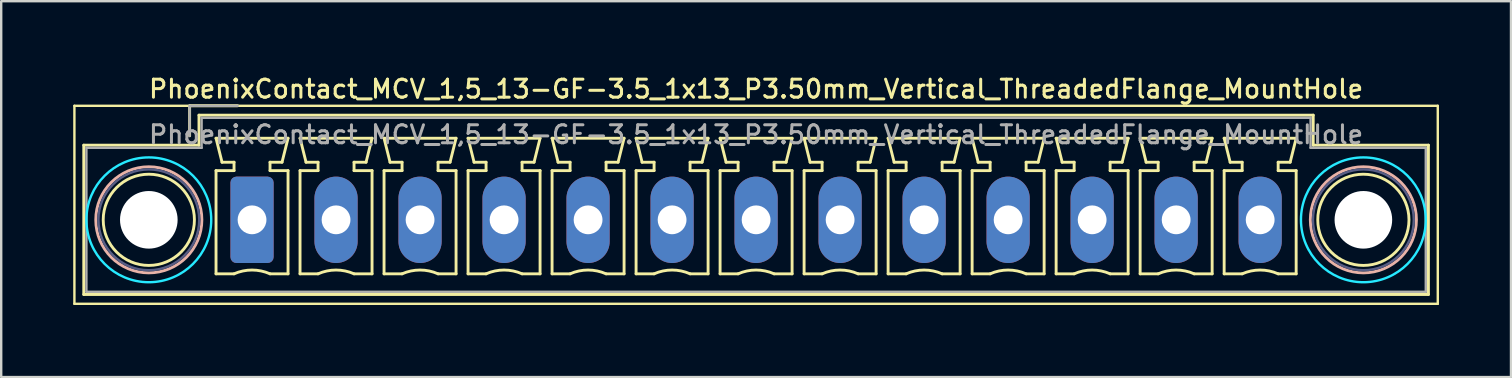
<source format=kicad_pcb>
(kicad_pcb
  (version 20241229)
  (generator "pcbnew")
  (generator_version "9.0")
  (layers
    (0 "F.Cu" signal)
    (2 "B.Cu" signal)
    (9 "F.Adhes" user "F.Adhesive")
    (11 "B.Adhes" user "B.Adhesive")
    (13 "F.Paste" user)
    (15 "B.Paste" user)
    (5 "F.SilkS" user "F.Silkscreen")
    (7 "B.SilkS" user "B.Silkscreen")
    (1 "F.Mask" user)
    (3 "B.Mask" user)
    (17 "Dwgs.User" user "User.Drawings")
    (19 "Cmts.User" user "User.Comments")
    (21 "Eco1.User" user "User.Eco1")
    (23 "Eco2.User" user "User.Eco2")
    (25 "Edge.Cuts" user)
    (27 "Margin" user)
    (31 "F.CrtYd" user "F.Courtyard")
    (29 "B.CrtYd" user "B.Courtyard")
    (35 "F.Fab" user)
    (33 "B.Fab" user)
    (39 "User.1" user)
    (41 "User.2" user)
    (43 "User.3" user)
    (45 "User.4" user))
  (footprint "PhoenixContact_MCV_1,5_13-GF-3.5_1x13_P3.50mm_Vertical_ThreadedFlange_MountHole"
    (layer "F.Cu")
    (at 7.45 6.108)
    (property "Reference" "PhoenixContact_MCV_1,5_13-GF-3.5_1x13_P3.50mm_Vertical_ThreadedFlange_MountHole" (at 21 -5.45 0) (layer "F.SilkS") (effects (font (size 0.75 0.75) (thickness 0.125))))
    (attr through_hole)
    (fp_line (start -7.4 -4.75) (end -7.4 3.5) (stroke (width 0.1) (type solid)) (layer "F.SilkS"))
    (fp_line (start -7.4 3.5) (end 49.4 3.5) (stroke (width 0.1) (type solid)) (layer "F.SilkS"))
    (fp_line (start -7.01 -3.11) (end -7.01 3.11) (stroke (width 0.12) (type solid)) (layer "F.SilkS"))
    (fp_line (start -7.01 3.11) (end 49.01 3.11) (stroke (width 0.12) (type solid)) (layer "F.SilkS"))
    (fp_line (start -2.6 -4.75) (end -0.6 -4.75) (stroke (width 0.12) (type solid)) (layer "F.SilkS"))
    (fp_line (start -2.6 -3.5) (end -2.6 -4.75) (stroke (width 0.12) (type solid)) (layer "F.SilkS"))
    (fp_line (start -2.21 -4.36) (end -2.21 -3.11) (stroke (width 0.12) (type solid)) (layer "F.SilkS"))
    (fp_line (start -2.21 -3.11) (end -7.01 -3.11) (stroke (width 0.12) (type solid)) (layer "F.SilkS"))
    (fp_line (start -1.5 -3.4) (end 1.5 -3.4) (stroke (width 0.12) (type solid)) (layer "F.SilkS"))
    (fp_line (start -1.5 -2.05) (end -0.75 -2.05) (stroke (width 0.12) (type solid)) (layer "F.SilkS"))
    (fp_line (start -1.5 2.25) (end -1.5 -2.05) (stroke (width 0.12) (type solid)) (layer "F.SilkS"))
    (fp_line (start -1.25 -2.4) (end -1.5 -3.4) (stroke (width 0.12) (type solid)) (layer "F.SilkS"))
    (fp_line (start -0.75 -2.4) (end -1.25 -2.4) (stroke (width 0.12) (type solid)) (layer "F.SilkS"))
    (fp_line (start -0.75 -2.05) (end -0.75 -2.4) (stroke (width 0.12) (type solid)) (layer "F.SilkS"))
    (fp_line (start -0.75 2.25) (end -1.5 2.25) (stroke (width 0.12) (type solid)) (layer "F.SilkS"))
    (fp_line (start 0.75 -2.4) (end 0.75 -2.05) (stroke (width 0.12) (type solid)) (layer "F.SilkS"))
    (fp_line (start 0.75 -2.05) (end 1.5 -2.05) (stroke (width 0.12) (type solid)) (layer "F.SilkS"))
    (fp_line (start 1.25 -2.4) (end 0.75 -2.4) (stroke (width 0.12) (type solid)) (layer "F.SilkS"))
    (fp_line (start 1.5 -3.4) (end 1.25 -2.4) (stroke (width 0.12) (type solid)) (layer "F.SilkS"))
    (fp_line (start 1.5 -2.05) (end 1.5 2.25) (stroke (width 0.12) (type solid)) (layer "F.SilkS"))
    (fp_line (start 1.5 2.25) (end 0.75 2.25) (stroke (width 0.12) (type solid)) (layer "F.SilkS"))
    (fp_line (start 2 -3.4) (end 5 -3.4) (stroke (width 0.12) (type solid)) (layer "F.SilkS"))
    (fp_line (start 2 -2.05) (end 2.75 -2.05) (stroke (width 0.12) (type solid)) (layer "F.SilkS"))
    (fp_line (start 2 2.25) (end 2 -2.05) (stroke (width 0.12) (type solid)) (layer "F.SilkS"))
    (fp_line (start 2.25 -2.4) (end 2 -3.4) (stroke (width 0.12) (type solid)) (layer "F.SilkS"))
    (fp_line (start 2.75 -2.4) (end 2.25 -2.4) (stroke (width 0.12) (type solid)) (layer "F.SilkS"))
    (fp_line (start 2.75 -2.05) (end 2.75 -2.4) (stroke (width 0.12) (type solid)) (layer "F.SilkS"))
    (fp_line (start 2.75 2.25) (end 2 2.25) (stroke (width 0.12) (type solid)) (layer "F.SilkS"))
    (fp_line (start 4.25 -2.4) (end 4.25 -2.05) (stroke (width 0.12) (type solid)) (layer "F.SilkS"))
    (fp_line (start 4.25 -2.05) (end 5 -2.05) (stroke (width 0.12) (type solid)) (layer "F.SilkS"))
    (fp_line (start 4.75 -2.4) (end 4.25 -2.4) (stroke (width 0.12) (type solid)) (layer "F.SilkS"))
    (fp_line (start 5 -3.4) (end 4.75 -2.4) (stroke (width 0.12) (type solid)) (layer "F.SilkS"))
    (fp_line (start 5 -2.05) (end 5 2.25) (stroke (width 0.12) (type solid)) (layer "F.SilkS"))
    (fp_line (start 5 2.25) (end 4.25 2.25) (stroke (width 0.12) (type solid)) (layer "F.SilkS"))
    (fp_line (start 5.5 -3.4) (end 8.5 -3.4) (stroke (width 0.12) (type solid)) (layer "F.SilkS"))
    (fp_line (start 5.5 -2.05) (end 6.25 -2.05) (stroke (width 0.12) (type solid)) (layer "F.SilkS"))
    (fp_line (start 5.5 2.25) (end 5.5 -2.05) (stroke (width 0.12) (type solid)) (layer "F.SilkS"))
    (fp_line (start 5.75 -2.4) (end 5.5 -3.4) (stroke (width 0.12) (type solid)) (layer "F.SilkS"))
    (fp_line (start 6.25 -2.4) (end 5.75 -2.4) (stroke (width 0.12) (type solid)) (layer "F.SilkS"))
    (fp_line (start 6.25 -2.05) (end 6.25 -2.4) (stroke (width 0.12) (type solid)) (layer "F.SilkS"))
    (fp_line (start 6.25 2.25) (end 5.5 2.25) (stroke (width 0.12) (type solid)) (layer "F.SilkS"))
    (fp_line (start 7.75 -2.4) (end 7.75 -2.05) (stroke (width 0.12) (type solid)) (layer "F.SilkS"))
    (fp_line (start 7.75 -2.05) (end 8.5 -2.05) (stroke (width 0.12) (type solid)) (layer "F.SilkS"))
    (fp_line (start 8.25 -2.4) (end 7.75 -2.4) (stroke (width 0.12) (type solid)) (layer "F.SilkS"))
    (fp_line (start 8.5 -3.4) (end 8.25 -2.4) (stroke (width 0.12) (type solid)) (layer "F.SilkS"))
    (fp_line (start 8.5 -2.05) (end 8.5 2.25) (stroke (width 0.12) (type solid)) (layer "F.SilkS"))
    (fp_line (start 8.5 2.25) (end 7.75 2.25) (stroke (width 0.12) (type solid)) (layer "F.SilkS"))
    (fp_line (start 9 -3.4) (end 12 -3.4) (stroke (width 0.12) (type solid)) (layer "F.SilkS"))
    (fp_line (start 9 -2.05) (end 9.75 -2.05) (stroke (width 0.12) (type solid)) (layer "F.SilkS"))
    (fp_line (start 9 2.25) (end 9 -2.05) (stroke (width 0.12) (type solid)) (layer "F.SilkS"))
    (fp_line (start 9.25 -2.4) (end 9 -3.4) (stroke (width 0.12) (type solid)) (layer "F.SilkS"))
    (fp_line (start 9.75 -2.4) (end 9.25 -2.4) (stroke (width 0.12) (type solid)) (layer "F.SilkS"))
    (fp_line (start 9.75 -2.05) (end 9.75 -2.4) (stroke (width 0.12) (type solid)) (layer "F.SilkS"))
    (fp_line (start 9.75 2.25) (end 9 2.25) (stroke (width 0.12) (type solid)) (layer "F.SilkS"))
    (fp_line (start 11.25 -2.4) (end 11.25 -2.05) (stroke (width 0.12) (type solid)) (layer "F.SilkS"))
    (fp_line (start 11.25 -2.05) (end 12 -2.05) (stroke (width 0.12) (type solid)) (layer "F.SilkS"))
    (fp_line (start 11.75 -2.4) (end 11.25 -2.4) (stroke (width 0.12) (type solid)) (layer "F.SilkS"))
    (fp_line (start 12 -3.4) (end 11.75 -2.4) (stroke (width 0.12) (type solid)) (layer "F.SilkS"))
    (fp_line (start 12 -2.05) (end 12 2.25) (stroke (width 0.12) (type solid)) (layer "F.SilkS"))
    (fp_line (start 12 2.25) (end 11.25 2.25) (stroke (width 0.12) (type solid)) (layer "F.SilkS"))
    (fp_line (start 12.5 -3.4) (end 15.5 -3.4) (stroke (width 0.12) (type solid)) (layer "F.SilkS"))
    (fp_line (start 12.5 -2.05) (end 13.25 -2.05) (stroke (width 0.12) (type solid)) (layer "F.SilkS"))
    (fp_line (start 12.5 2.25) (end 12.5 -2.05) (stroke (width 0.12) (type solid)) (layer "F.SilkS"))
    (fp_line (start 12.75 -2.4) (end 12.5 -3.4) (stroke (width 0.12) (type solid)) (layer "F.SilkS"))
    (fp_line (start 13.25 -2.4) (end 12.75 -2.4) (stroke (width 0.12) (type solid)) (layer "F.SilkS"))
    (fp_line (start 13.25 -2.05) (end 13.25 -2.4) (stroke (width 0.12) (type solid)) (layer "F.SilkS"))
    (fp_line (start 13.25 2.25) (end 12.5 2.25) (stroke (width 0.12) (type solid)) (layer "F.SilkS"))
    (fp_line (start 14.75 -2.4) (end 14.75 -2.05) (stroke (width 0.12) (type solid)) (layer "F.SilkS"))
    (fp_line (start 14.75 -2.05) (end 15.5 -2.05) (stroke (width 0.12) (type solid)) (layer "F.SilkS"))
    (fp_line (start 15.25 -2.4) (end 14.75 -2.4) (stroke (width 0.12) (type solid)) (layer "F.SilkS"))
    (fp_line (start 15.5 -3.4) (end 15.25 -2.4) (stroke (width 0.12) (type solid)) (layer "F.SilkS"))
    (fp_line (start 15.5 -2.05) (end 15.5 2.25) (stroke (width 0.12) (type solid)) (layer "F.SilkS"))
    (fp_line (start 15.5 2.25) (end 14.75 2.25) (stroke (width 0.12) (type solid)) (layer "F.SilkS"))
    (fp_line (start 16 -3.4) (end 19 -3.4) (stroke (width 0.12) (type solid)) (layer "F.SilkS"))
    (fp_line (start 16 -2.05) (end 16.75 -2.05) (stroke (width 0.12) (type solid)) (layer "F.SilkS"))
    (fp_line (start 16 2.25) (end 16 -2.05) (stroke (width 0.12) (type solid)) (layer "F.SilkS"))
    (fp_line (start 16.25 -2.4) (end 16 -3.4) (stroke (width 0.12) (type solid)) (layer "F.SilkS"))
    (fp_line (start 16.75 -2.4) (end 16.25 -2.4) (stroke (width 0.12) (type solid)) (layer "F.SilkS"))
    (fp_line (start 16.75 -2.05) (end 16.75 -2.4) (stroke (width 0.12) (type solid)) (layer "F.SilkS"))
    (fp_line (start 16.75 2.25) (end 16 2.25) (stroke (width 0.12) (type solid)) (layer "F.SilkS"))
    (fp_line (start 18.25 -2.4) (end 18.25 -2.05) (stroke (width 0.12) (type solid)) (layer "F.SilkS"))
    (fp_line (start 18.25 -2.05) (end 19 -2.05) (stroke (width 0.12) (type solid)) (layer "F.SilkS"))
    (fp_line (start 18.75 -2.4) (end 18.25 -2.4) (stroke (width 0.12) (type solid)) (layer "F.SilkS"))
    (fp_line (start 19 -3.4) (end 18.75 -2.4) (stroke (width 0.12) (type solid)) (layer "F.SilkS"))
    (fp_line (start 19 -2.05) (end 19 2.25) (stroke (width 0.12) (type solid)) (layer "F.SilkS"))
    (fp_line (start 19 2.25) (end 18.25 2.25) (stroke (width 0.12) (type solid)) (layer "F.SilkS"))
    (fp_line (start 19.5 -3.4) (end 22.5 -3.4) (stroke (width 0.12) (type solid)) (layer "F.SilkS"))
    (fp_line (start 19.5 -2.05) (end 20.25 -2.05) (stroke (width 0.12) (type solid)) (layer "F.SilkS"))
    (fp_line (start 19.5 2.25) (end 19.5 -2.05) (stroke (width 0.12) (type solid)) (layer "F.SilkS"))
    (fp_line (start 19.75 -2.4) (end 19.5 -3.4) (stroke (width 0.12) (type solid)) (layer "F.SilkS"))
    (fp_line (start 20.25 -2.4) (end 19.75 -2.4) (stroke (width 0.12) (type solid)) (layer "F.SilkS"))
    (fp_line (start 20.25 -2.05) (end 20.25 -2.4) (stroke (width 0.12) (type solid)) (layer "F.SilkS"))
    (fp_line (start 20.25 2.25) (end 19.5 2.25) (stroke (width 0.12) (type solid)) (layer "F.SilkS"))
    (fp_line (start 21.75 -2.4) (end 21.75 -2.05) (stroke (width 0.12) (type solid)) (layer "F.SilkS"))
    (fp_line (start 21.75 -2.05) (end 22.5 -2.05) (stroke (width 0.12) (type solid)) (layer "F.SilkS"))
    (fp_line (start 22.25 -2.4) (end 21.75 -2.4) (stroke (width 0.12) (type solid)) (layer "F.SilkS"))
    (fp_line (start 22.5 -3.4) (end 22.25 -2.4) (stroke (width 0.12) (type solid)) (layer "F.SilkS"))
    (fp_line (start 22.5 -2.05) (end 22.5 2.25) (stroke (width 0.12) (type solid)) (layer "F.SilkS"))
    (fp_line (start 22.5 2.25) (end 21.75 2.25) (stroke (width 0.12) (type solid)) (layer "F.SilkS"))
    (fp_line (start 23 -3.4) (end 26 -3.4) (stroke (width 0.12) (type solid)) (layer "F.SilkS"))
    (fp_line (start 23 -2.05) (end 23.75 -2.05) (stroke (width 0.12) (type solid)) (layer "F.SilkS"))
    (fp_line (start 23 2.25) (end 23 -2.05) (stroke (width 0.12) (type solid)) (layer "F.SilkS"))
    (fp_line (start 23.25 -2.4) (end 23 -3.4) (stroke (width 0.12) (type solid)) (layer "F.SilkS"))
    (fp_line (start 23.75 -2.4) (end 23.25 -2.4) (stroke (width 0.12) (type solid)) (layer "F.SilkS"))
    (fp_line (start 23.75 -2.05) (end 23.75 -2.4) (stroke (width 0.12) (type solid)) (layer "F.SilkS"))
    (fp_line (start 23.75 2.25) (end 23 2.25) (stroke (width 0.12) (type solid)) (layer "F.SilkS"))
    (fp_line (start 25.25 -2.4) (end 25.25 -2.05) (stroke (width 0.12) (type solid)) (layer "F.SilkS"))
    (fp_line (start 25.25 -2.05) (end 26 -2.05) (stroke (width 0.12) (type solid)) (layer "F.SilkS"))
    (fp_line (start 25.75 -2.4) (end 25.25 -2.4) (stroke (width 0.12) (type solid)) (layer "F.SilkS"))
    (fp_line (start 26 -3.4) (end 25.75 -2.4) (stroke (width 0.12) (type solid)) (layer "F.SilkS"))
    (fp_line (start 26 -2.05) (end 26 2.25) (stroke (width 0.12) (type solid)) (layer "F.SilkS"))
    (fp_line (start 26 2.25) (end 25.25 2.25) (stroke (width 0.12) (type solid)) (layer "F.SilkS"))
    (fp_line (start 26.5 -3.4) (end 29.5 -3.4) (stroke (width 0.12) (type solid)) (layer "F.SilkS"))
    (fp_line (start 26.5 -2.05) (end 27.25 -2.05) (stroke (width 0.12) (type solid)) (layer "F.SilkS"))
    (fp_line (start 26.5 2.25) (end 26.5 -2.05) (stroke (width 0.12) (type solid)) (layer "F.SilkS"))
    (fp_line (start 26.75 -2.4) (end 26.5 -3.4) (stroke (width 0.12) (type solid)) (layer "F.SilkS"))
    (fp_line (start 27.25 -2.4) (end 26.75 -2.4) (stroke (width 0.12) (type solid)) (layer "F.SilkS"))
    (fp_line (start 27.25 -2.05) (end 27.25 -2.4) (stroke (width 0.12) (type solid)) (layer "F.SilkS"))
    (fp_line (start 27.25 2.25) (end 26.5 2.25) (stroke (width 0.12) (type solid)) (layer "F.SilkS"))
    (fp_line (start 28.75 -2.4) (end 28.75 -2.05) (stroke (width 0.12) (type solid)) (layer "F.SilkS"))
    (fp_line (start 28.75 -2.05) (end 29.5 -2.05) (stroke (width 0.12) (type solid)) (layer "F.SilkS"))
    (fp_line (start 29.25 -2.4) (end 28.75 -2.4) (stroke (width 0.12) (type solid)) (layer "F.SilkS"))
    (fp_line (start 29.5 -3.4) (end 29.25 -2.4) (stroke (width 0.12) (type solid)) (layer "F.SilkS"))
    (fp_line (start 29.5 -2.05) (end 29.5 2.25) (stroke (width 0.12) (type solid)) (layer "F.SilkS"))
    (fp_line (start 29.5 2.25) (end 28.75 2.25) (stroke (width 0.12) (type solid)) (layer "F.SilkS"))
    (fp_line (start 30 -3.4) (end 33 -3.4) (stroke (width 0.12) (type solid)) (layer "F.SilkS"))
    (fp_line (start 30 -2.05) (end 30.75 -2.05) (stroke (width 0.12) (type solid)) (layer "F.SilkS"))
    (fp_line (start 30 2.25) (end 30 -2.05) (stroke (width 0.12) (type solid)) (layer "F.SilkS"))
    (fp_line (start 30.25 -2.4) (end 30 -3.4) (stroke (width 0.12) (type solid)) (layer "F.SilkS"))
    (fp_line (start 30.75 -2.4) (end 30.25 -2.4) (stroke (width 0.12) (type solid)) (layer "F.SilkS"))
    (fp_line (start 30.75 -2.05) (end 30.75 -2.4) (stroke (width 0.12) (type solid)) (layer "F.SilkS"))
    (fp_line (start 30.75 2.25) (end 30 2.25) (stroke (width 0.12) (type solid)) (layer "F.SilkS"))
    (fp_line (start 32.25 -2.4) (end 32.25 -2.05) (stroke (width 0.12) (type solid)) (layer "F.SilkS"))
    (fp_line (start 32.25 -2.05) (end 33 -2.05) (stroke (width 0.12) (type solid)) (layer "F.SilkS"))
    (fp_line (start 32.75 -2.4) (end 32.25 -2.4) (stroke (width 0.12) (type solid)) (layer "F.SilkS"))
    (fp_line (start 33 -3.4) (end 32.75 -2.4) (stroke (width 0.12) (type solid)) (layer "F.SilkS"))
    (fp_line (start 33 -2.05) (end 33 2.25) (stroke (width 0.12) (type solid)) (layer "F.SilkS"))
    (fp_line (start 33 2.25) (end 32.25 2.25) (stroke (width 0.12) (type solid)) (layer "F.SilkS"))
    (fp_line (start 33.5 -3.4) (end 36.5 -3.4) (stroke (width 0.12) (type solid)) (layer "F.SilkS"))
    (fp_line (start 33.5 -2.05) (end 34.25 -2.05) (stroke (width 0.12) (type solid)) (layer "F.SilkS"))
    (fp_line (start 33.5 2.25) (end 33.5 -2.05) (stroke (width 0.12) (type solid)) (layer "F.SilkS"))
    (fp_line (start 33.75 -2.4) (end 33.5 -3.4) (stroke (width 0.12) (type solid)) (layer "F.SilkS"))
    (fp_line (start 34.25 -2.4) (end 33.75 -2.4) (stroke (width 0.12) (type solid)) (layer "F.SilkS"))
    (fp_line (start 34.25 -2.05) (end 34.25 -2.4) (stroke (width 0.12) (type solid)) (layer "F.SilkS"))
    (fp_line (start 34.25 2.25) (end 33.5 2.25) (stroke (width 0.12) (type solid)) (layer "F.SilkS"))
    (fp_line (start 35.75 -2.4) (end 35.75 -2.05) (stroke (width 0.12) (type solid)) (layer "F.SilkS"))
    (fp_line (start 35.75 -2.05) (end 36.5 -2.05) (stroke (width 0.12) (type solid)) (layer "F.SilkS"))
    (fp_line (start 36.25 -2.4) (end 35.75 -2.4) (stroke (width 0.12) (type solid)) (layer "F.SilkS"))
    (fp_line (start 36.5 -3.4) (end 36.25 -2.4) (stroke (width 0.12) (type solid)) (layer "F.SilkS"))
    (fp_line (start 36.5 -2.05) (end 36.5 2.25) (stroke (width 0.12) (type solid)) (layer "F.SilkS"))
    (fp_line (start 36.5 2.25) (end 35.75 2.25) (stroke (width 0.12) (type solid)) (layer "F.SilkS"))
    (fp_line (start 37 -3.4) (end 40 -3.4) (stroke (width 0.12) (type solid)) (layer "F.SilkS"))
    (fp_line (start 37 -2.05) (end 37.75 -2.05) (stroke (width 0.12) (type solid)) (layer "F.SilkS"))
    (fp_line (start 37 2.25) (end 37 -2.05) (stroke (width 0.12) (type solid)) (layer "F.SilkS"))
    (fp_line (start 37.25 -2.4) (end 37 -3.4) (stroke (width 0.12) (type solid)) (layer "F.SilkS"))
    (fp_line (start 37.75 -2.4) (end 37.25 -2.4) (stroke (width 0.12) (type solid)) (layer "F.SilkS"))
    (fp_line (start 37.75 -2.05) (end 37.75 -2.4) (stroke (width 0.12) (type solid)) (layer "F.SilkS"))
    (fp_line (start 37.75 2.25) (end 37 2.25) (stroke (width 0.12) (type solid)) (layer "F.SilkS"))
    (fp_line (start 39.25 -2.4) (end 39.25 -2.05) (stroke (width 0.12) (type solid)) (layer "F.SilkS"))
    (fp_line (start 39.25 -2.05) (end 40 -2.05) (stroke (width 0.12) (type solid)) (layer "F.SilkS"))
    (fp_line (start 39.75 -2.4) (end 39.25 -2.4) (stroke (width 0.12) (type solid)) (layer "F.SilkS"))
    (fp_line (start 40 -3.4) (end 39.75 -2.4) (stroke (width 0.12) (type solid)) (layer "F.SilkS"))
    (fp_line (start 40 -2.05) (end 40 2.25) (stroke (width 0.12) (type solid)) (layer "F.SilkS"))
    (fp_line (start 40 2.25) (end 39.25 2.25) (stroke (width 0.12) (type solid)) (layer "F.SilkS"))
    (fp_line (start 40.5 -3.4) (end 43.5 -3.4) (stroke (width 0.12) (type solid)) (layer "F.SilkS"))
    (fp_line (start 40.5 -2.05) (end 41.25 -2.05) (stroke (width 0.12) (type solid)) (layer "F.SilkS"))
    (fp_line (start 40.5 2.25) (end 40.5 -2.05) (stroke (width 0.12) (type solid)) (layer "F.SilkS"))
    (fp_line (start 40.75 -2.4) (end 40.5 -3.4) (stroke (width 0.12) (type solid)) (layer "F.SilkS"))
    (fp_line (start 41.25 -2.4) (end 40.75 -2.4) (stroke (width 0.12) (type solid)) (layer "F.SilkS"))
    (fp_line (start 41.25 -2.05) (end 41.25 -2.4) (stroke (width 0.12) (type solid)) (layer "F.SilkS"))
    (fp_line (start 41.25 2.25) (end 40.5 2.25) (stroke (width 0.12) (type solid)) (layer "F.SilkS"))
    (fp_line (start 42.75 -2.4) (end 42.75 -2.05) (stroke (width 0.12) (type solid)) (layer "F.SilkS"))
    (fp_line (start 42.75 -2.05) (end 43.5 -2.05) (stroke (width 0.12) (type solid)) (layer "F.SilkS"))
    (fp_line (start 43.25 -2.4) (end 42.75 -2.4) (stroke (width 0.12) (type solid)) (layer "F.SilkS"))
    (fp_line (start 43.5 -3.4) (end 43.25 -2.4) (stroke (width 0.12) (type solid)) (layer "F.SilkS"))
    (fp_line (start 43.5 -2.05) (end 43.5 2.25) (stroke (width 0.12) (type solid)) (layer "F.SilkS"))
    (fp_line (start 43.5 2.25) (end 42.75 2.25) (stroke (width 0.12) (type solid)) (layer "F.SilkS"))
    (fp_line (start 44.21 -4.36) (end -2.21 -4.36) (stroke (width 0.12) (type solid)) (layer "F.SilkS"))
    (fp_line (start 44.21 -3.11) (end 44.21 -4.36) (stroke (width 0.12) (type solid)) (layer "F.SilkS"))
    (fp_line (start 49.01 -3.11) (end 44.21 -3.11) (stroke (width 0.12) (type solid)) (layer "F.SilkS"))
    (fp_line (start 49.01 3.11) (end 49.01 -3.11) (stroke (width 0.12) (type solid)) (layer "F.SilkS"))
    (fp_line (start 49.4 -4.75) (end -7.4 -4.75) (stroke (width 0.1) (type solid)) (layer "F.SilkS"))
    (fp_line (start 49.4 3.5) (end 49.4 -4.75) (stroke (width 0.1) (type solid)) (layer "F.SilkS"))
    (fp_arc (start -0.75 2.25) (mid -0.000193 2.09191) (end 0.749647 2.249844) (stroke (width 0.12) (type solid)) (layer "F.SilkS"))
    (fp_arc (start 2.75 2.25) (mid 3.499807 2.09191) (end 4.249647 2.249844) (stroke (width 0.12) (type solid)) (layer "F.SilkS"))
    (fp_arc (start 6.25 2.25) (mid 6.999807 2.09191) (end 7.749647 2.249844) (stroke (width 0.12) (type solid)) (layer "F.SilkS"))
    (fp_arc (start 9.75 2.25) (mid 10.499807 2.09191) (end 11.249647 2.249844) (stroke (width 0.12) (type solid)) (layer "F.SilkS"))
    (fp_arc (start 13.25 2.25) (mid 13.999807 2.09191) (end 14.749647 2.249844) (stroke (width 0.12) (type solid)) (layer "F.SilkS"))
    (fp_arc (start 16.75 2.25) (mid 17.499807 2.09191) (end 18.249647 2.249844) (stroke (width 0.12) (type solid)) (layer "F.SilkS"))
    (fp_arc (start 20.25 2.25) (mid 20.999807 2.09191) (end 21.749647 2.249844) (stroke (width 0.12) (type solid)) (layer "F.SilkS"))
    (fp_arc (start 23.75 2.25) (mid 24.499807 2.09191) (end 25.249647 2.249844) (stroke (width 0.12) (type solid)) (layer "F.SilkS"))
    (fp_arc (start 27.25 2.25) (mid 27.999807 2.09191) (end 28.749647 2.249844) (stroke (width 0.12) (type solid)) (layer "F.SilkS"))
    (fp_arc (start 30.75 2.25) (mid 31.499807 2.09191) (end 32.249647 2.249844) (stroke (width 0.12) (type solid)) (layer "F.SilkS"))
    (fp_arc (start 34.25 2.25) (mid 34.999807 2.09191) (end 35.749647 2.249844) (stroke (width 0.12) (type solid)) (layer "F.SilkS"))
    (fp_arc (start 37.75 2.25) (mid 38.499807 2.09191) (end 39.249647 2.249844) (stroke (width 0.12) (type solid)) (layer "F.SilkS"))
    (fp_arc (start 41.25 2.25) (mid 41.999807 2.09191) (end 42.749647 2.249844) (stroke (width 0.12) (type solid)) (layer "F.SilkS"))
    (fp_circle (center -4.3 0) (end -2.4 0) (stroke (width 0.12) (type solid)) (fill no) (layer "F.SilkS"))
    (fp_circle (center 46.3 0) (end 48.2 0) (stroke (width 0.12) (type solid)) (fill no) (layer "F.SilkS"))
    (fp_circle (center -4.3 0) (end -2.09 0) (stroke (width 0.12) (type solid)) (fill no) (layer "B.SilkS"))
    (fp_circle (center 46.3 0) (end 48.51 0) (stroke (width 0.12) (type solid)) (fill no) (layer "B.SilkS"))
    (fp_circle (center -4.3 0) (end -1.7 0) (stroke (width 0.1) (type solid)) (fill no) (layer "B.CrtYd"))
    (fp_circle (center 46.3 0) (end 48.9 0) (stroke (width 0.1) (type solid)) (fill no) (layer "B.CrtYd"))
    (fp_circle (center -4.3 0) (end -2.2 0) (stroke (width 0.1) (type solid)) (fill no) (layer "B.Fab"))
    (fp_circle (center 46.3 0) (end 48.4 0) (stroke (width 0.1) (type solid)) (fill no) (layer "B.Fab"))
    (fp_line (start -6.9 -3) (end -6.9 3) (stroke (width 0.1) (type solid)) (layer "F.Fab"))
    (fp_line (start -6.9 3) (end 48.9 3) (stroke (width 0.1) (type solid)) (layer "F.Fab"))
    (fp_line (start -2.6 -4.75) (end -0.6 -4.75) (stroke (width 0.1) (type solid)) (layer "F.Fab"))
    (fp_line (start -2.6 -3.5) (end -2.6 -4.75) (stroke (width 0.1) (type solid)) (layer "F.Fab"))
    (fp_line (start -2.1 -4.25) (end -2.1 -3) (stroke (width 0.1) (type solid)) (layer "F.Fab"))
    (fp_line (start -2.1 -3) (end -6.9 -3) (stroke (width 0.1) (type solid)) (layer "F.Fab"))
    (fp_line (start 44.1 -4.25) (end -2.1 -4.25) (stroke (width 0.1) (type solid)) (layer "F.Fab"))
    (fp_line (start 44.1 -3) (end 44.1 -4.25) (stroke (width 0.1) (type solid)) (layer "F.Fab"))
    (fp_line (start 48.9 -3) (end 44.1 -3) (stroke (width 0.1) (type solid)) (layer "F.Fab"))
    (fp_line (start 48.9 3) (end 48.9 -3) (stroke (width 0.1) (type solid)) (layer "F.Fab"))
    (fp_text user "${REFERENCE}" (at 21 -3.55 0) (layer "F.Fab") (effects (font (size 0.75 0.75) (thickness 0.125))))
    (pad "" np_thru_hole circle (at -4.3 0) (size 2.4 2.4) (drill 2.4) (layers "*.Cu" "*.Mask"))
    (pad "" np_thru_hole circle (at 46.3 0) (size 2.4 2.4) (drill 2.4) (layers "*.Cu" "*.Mask"))
    (pad "1" thru_hole roundrect (at 0 0) (size 1.8 3.6) (drill 1.2) (layers "*.Cu" "*.Mask") (roundrect_rratio 0.139))
    (pad "2" thru_hole oval (at 3.5 0) (size 1.8 3.6) (drill 1.2) (layers "*.Cu" "*.Mask"))
    (pad "3" thru_hole oval (at 7 0) (size 1.8 3.6) (drill 1.2) (layers "*.Cu" "*.Mask"))
    (pad "4" thru_hole oval (at 10.5 0) (size 1.8 3.6) (drill 1.2) (layers "*.Cu" "*.Mask"))
    (pad "5" thru_hole oval (at 14 0) (size 1.8 3.6) (drill 1.2) (layers "*.Cu" "*.Mask"))
    (pad "6" thru_hole oval (at 17.5 0) (size 1.8 3.6) (drill 1.2) (layers "*.Cu" "*.Mask"))
    (pad "7" thru_hole oval (at 21 0) (size 1.8 3.6) (drill 1.2) (layers "*.Cu" "*.Mask"))
    (pad "8" thru_hole oval (at 24.5 0) (size 1.8 3.6) (drill 1.2) (layers "*.Cu" "*.Mask"))
    (pad "9" thru_hole oval (at 28 0) (size 1.8 3.6) (drill 1.2) (layers "*.Cu" "*.Mask"))
    (pad "10" thru_hole oval (at 31.5 0) (size 1.8 3.6) (drill 1.2) (layers "*.Cu" "*.Mask"))
    (pad "11" thru_hole oval (at 35 0) (size 1.8 3.6) (drill 1.2) (layers "*.Cu" "*.Mask"))
    (pad "12" thru_hole oval (at 38.5 0) (size 1.8 3.6) (drill 1.2) (layers "*.Cu" "*.Mask"))
    (pad "13" thru_hole oval (at 42 0) (size 1.8 3.6) (drill 1.2) (layers "*.Cu" "*.Mask")))
  (gr_rect
    (start -3 -3)
    (end 59.9 12.658)
    (stroke (width 0.1) (type default))
    (fill no)
    (layer "Edge.Cuts")))
</source>
